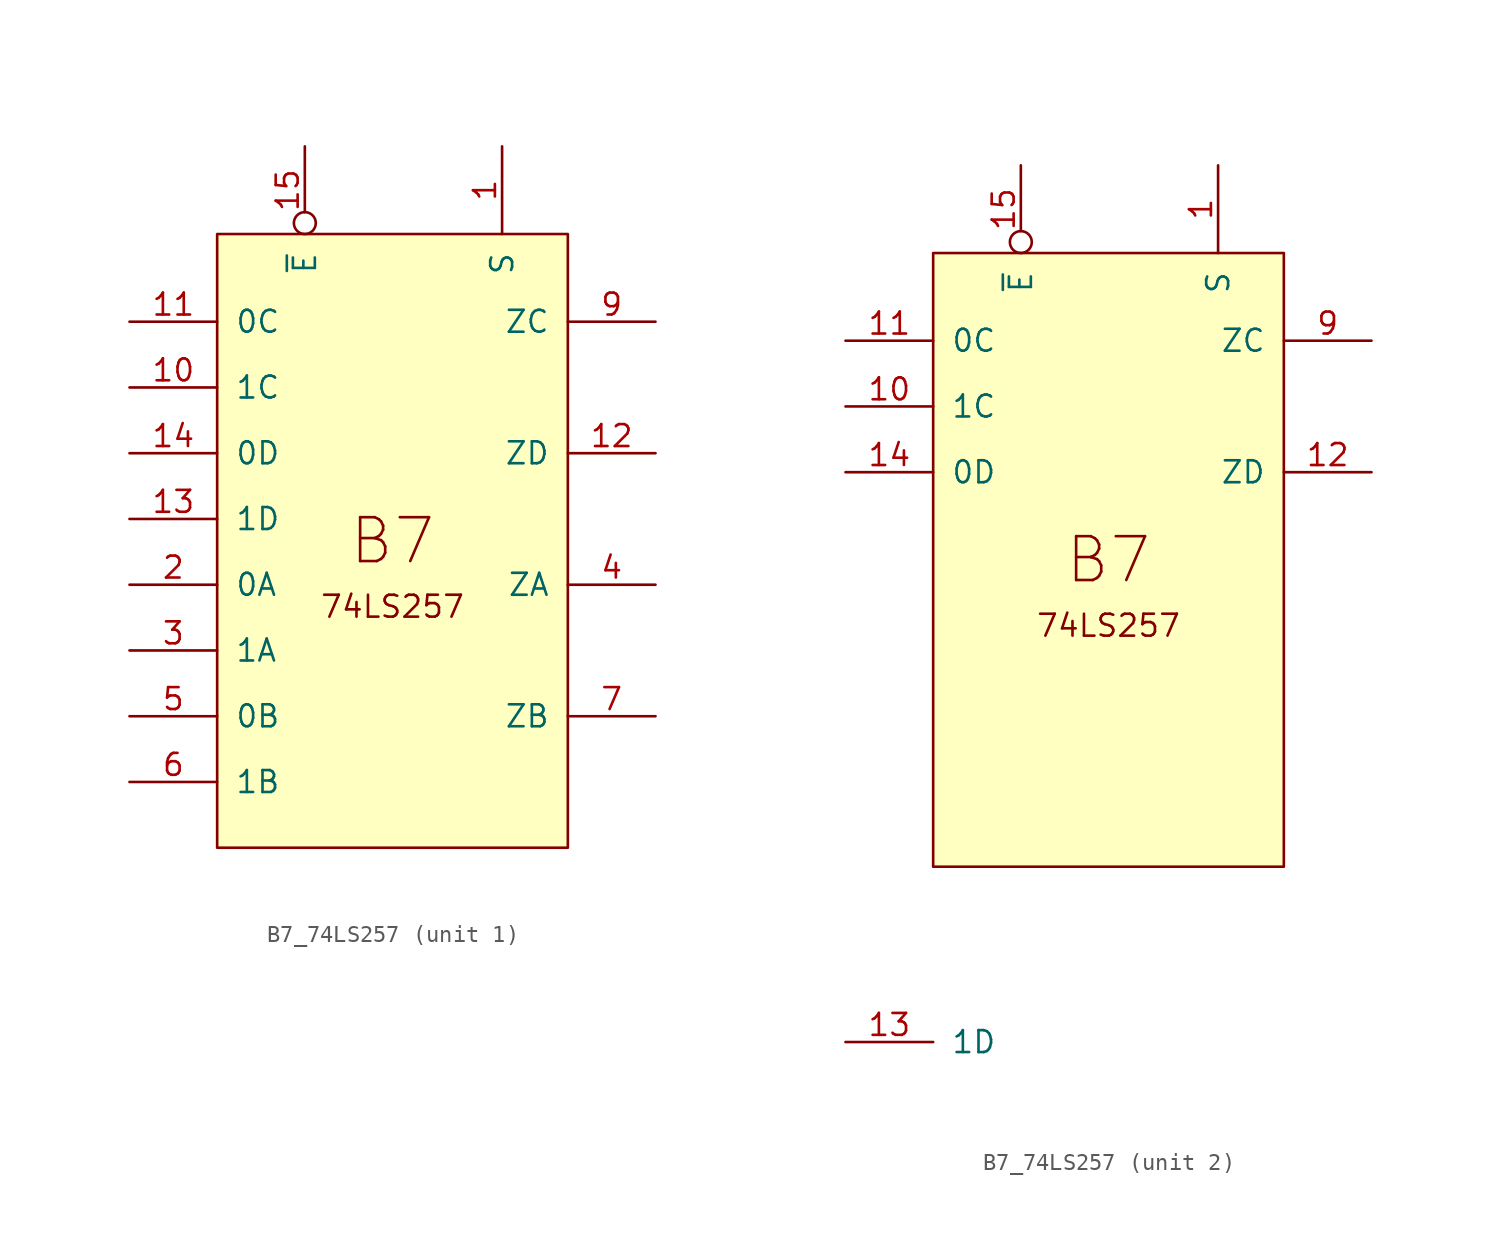
<source format=kicad_sym>
(kicad_symbol_lib
  (version 20211014)
  (generator kicad_symbol_editor)
  (symbol "B7_74LS257"
    (pin_names
      (offset 1.016))
    (property "Reference" "U"
      (at -73.66 40.64 0)
      (effects (font (size 1.27 1.27)) hide))
    (symbol "B7_74LS257_0_0"
      (text "74LS257" (at 10.16 -21.59 0) (effects (font (size 1.27 1.27))))
      (text "B7" (at 10.16 -17.78 0) (effects (font (size 2.54 2.54)))))
    (symbol "B7_74LS257_0_1"
      (rectangle (start 0 0) (end 20.32 -35.56) (stroke (width 0) (type default) (color 0 0 0 0)) (fill (type background))))
    (symbol "B7_74LS257_1_0"
      (pin input line (at 16.51 5.08 270) (length 5.08) (name "S" (effects (font (size 1.27 1.27)))) (number "1" (effects (font (size 1.27 1.27)))))
      (pin input line (at -5.08 -8.89 0) (length 5.08) (name "1C" (effects (font (size 1.27 1.27)))) (number "10" (effects (font (size 1.27 1.27)))))
      (pin input line (at -5.08 -5.08 0) (length 5.08) (name "0C" (effects (font (size 1.27 1.27)))) (number "11" (effects (font (size 1.27 1.27)))))
      (pin tri_state line (at 25.4 -12.7 180) (length 5.08) (name "ZD" (effects (font (size 1.27 1.27)))) (number "12" (effects (font (size 1.27 1.27)))))
      (pin input line (at -5.08 -16.51 0) (length 5.08) (name "1D" (effects (font (size 1.27 1.27)))) (number "13" (effects (font (size 1.27 1.27)))))
      (pin input line (at -5.08 -12.7 0) (length 5.08) (name "0D" (effects (font (size 1.27 1.27)))) (number "14" (effects (font (size 1.27 1.27)))))
      (pin input inverted (at 5.08 5.08 270) (length 5.08) (name "~{E}" (effects (font (size 1.27 1.27)))) (number "15" (effects (font (size 1.27 1.27)))))
      (pin input line (at -5.08 -20.32 0) (length 5.08) (name "0A" (effects (font (size 1.27 1.27)))) (number "2" (effects (font (size 1.27 1.27)))))
      (pin input line (at -5.08 -24.13 0) (length 5.08) (name "1A" (effects (font (size 1.27 1.27)))) (number "3" (effects (font (size 1.27 1.27)))))
      (pin tri_state line (at 25.4 -20.32 180) (length 5.08) (name "ZA" (effects (font (size 1.27 1.27)))) (number "4" (effects (font (size 1.27 1.27)))))
      (pin input line (at -5.08 -27.94 0) (length 5.08) (name "0B" (effects (font (size 1.27 1.27)))) (number "5" (effects (font (size 1.27 1.27)))))
      (pin input line (at -5.08 -31.75 0) (length 5.08) (name "1B" (effects (font (size 1.27 1.27)))) (number "6" (effects (font (size 1.27 1.27)))))
      (pin tri_state line (at 25.4 -27.94 180) (length 5.08) (name "ZB" (effects (font (size 1.27 1.27)))) (number "7" (effects (font (size 1.27 1.27)))))
      (pin tri_state line (at 25.4 -5.08 180) (length 5.08) (name "ZC" (effects (font (size 1.27 1.27)))) (number "9" (effects (font (size 1.27 1.27))))))
    (symbol "B7_74LS257_2_0"
      (pin input line (at 16.51 5.08 270) (length 5.08) (name "S" (effects (font (size 1.27 1.27)))) (number "1" (effects (font (size 1.27 1.27)))))
      (pin input line (at -5.08 -8.89 0) (length 5.08) (name "1C" (effects (font (size 1.27 1.27)))) (number "10" (effects (font (size 1.27 1.27)))))
      (pin input line (at -5.08 -5.08 0) (length 5.08) (name "0C" (effects (font (size 1.27 1.27)))) (number "11" (effects (font (size 1.27 1.27)))))
      (pin tri_state line (at 25.4 -12.7 180) (length 5.08) (name "ZD" (effects (font (size 1.27 1.27)))) (number "12" (effects (font (size 1.27 1.27)))))
      (pin input line (at -5.08 -45.72 0) (length 5.08) (name "1D" (effects (font (size 1.27 1.27)))) (number "13" (effects (font (size 1.27 1.27)))))
      (pin input line (at -5.08 -12.7 0) (length 5.08) (name "0D" (effects (font (size 1.27 1.27)))) (number "14" (effects (font (size 1.27 1.27)))))
      (pin input inverted (at 5.08 5.08 270) (length 5.08) (name "~{E}" (effects (font (size 1.27 1.27)))) (number "15" (effects (font (size 1.27 1.27)))))
      (pin tri_state line (at 25.4 -5.08 180) (length 5.08) (name "ZC" (effects (font (size 1.27 1.27)))) (number "9" (effects (font (size 1.27 1.27))))))))
</source>
